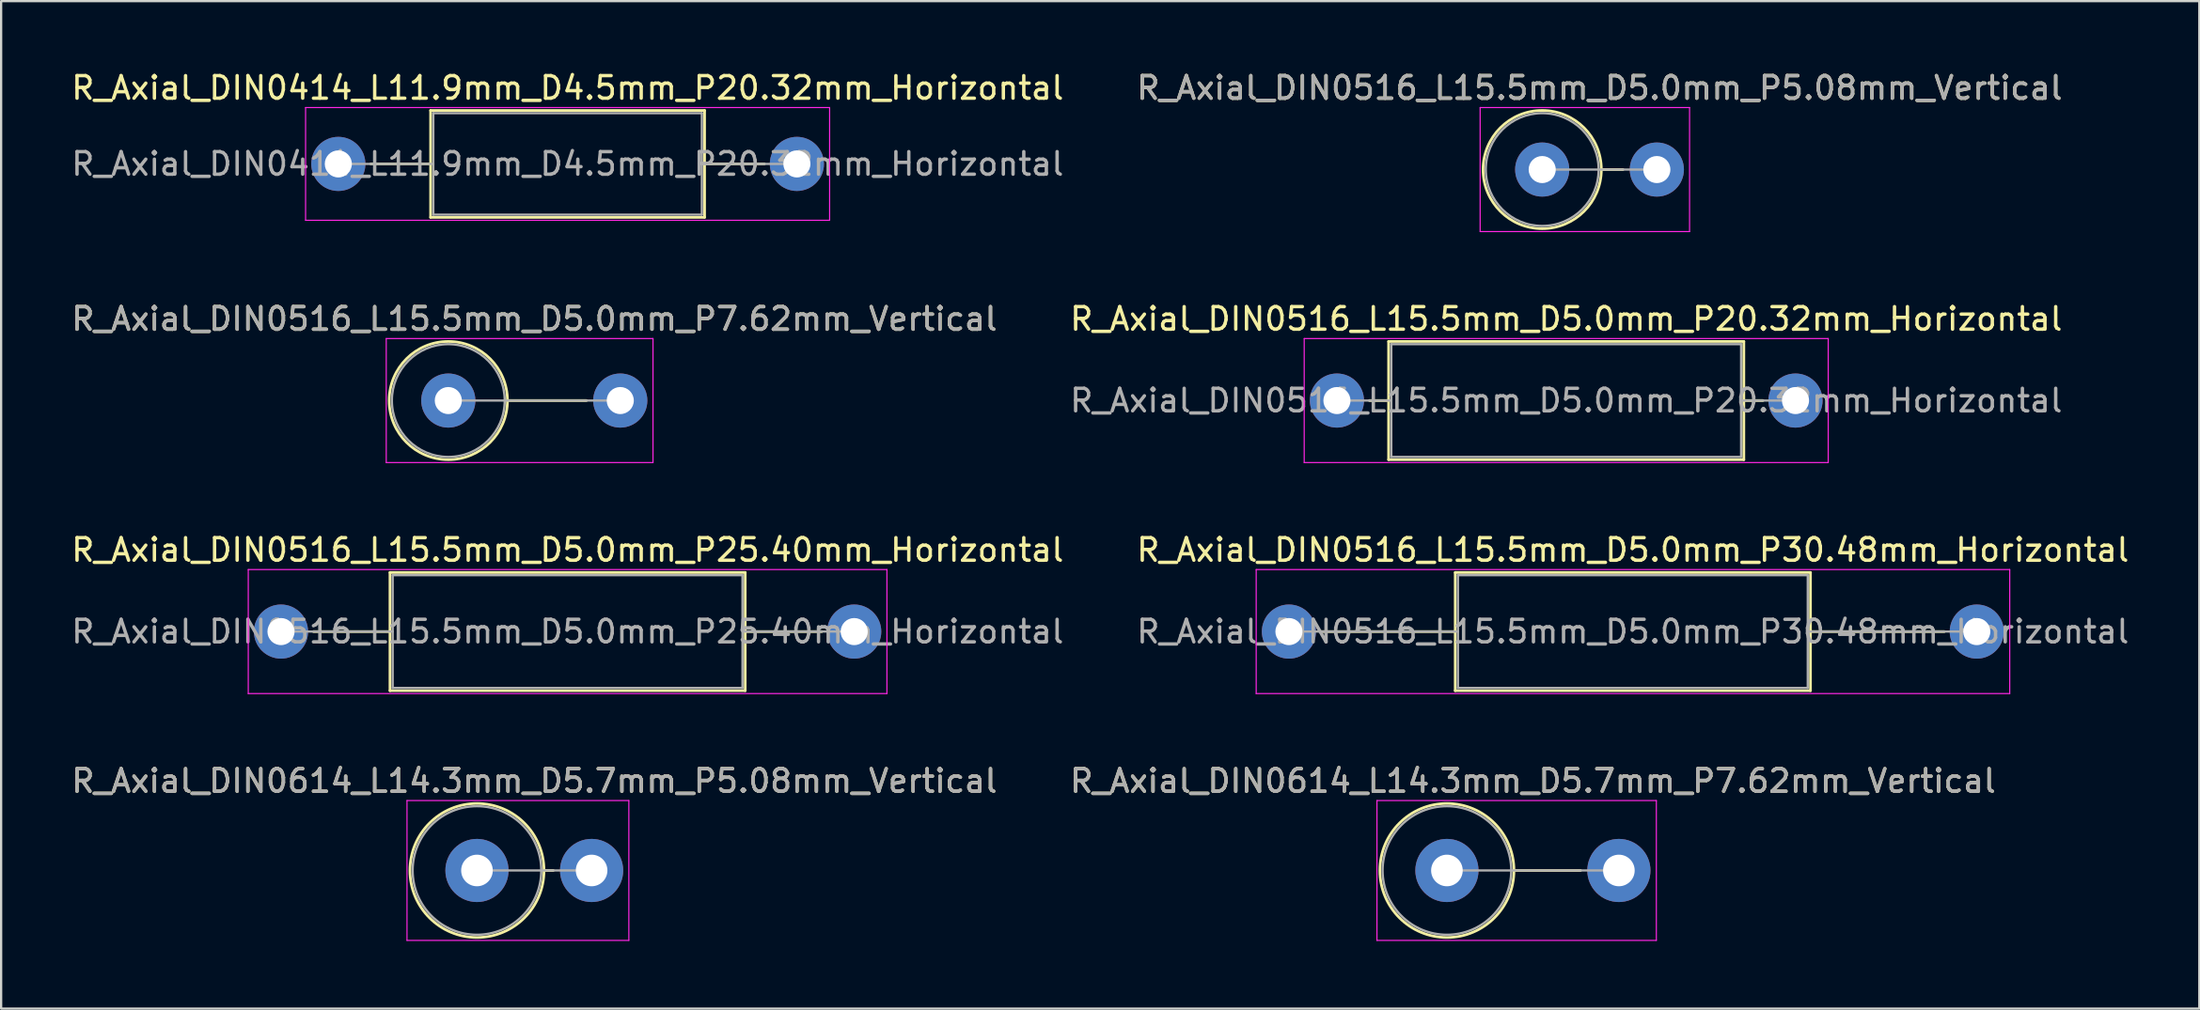
<source format=kicad_pcb>
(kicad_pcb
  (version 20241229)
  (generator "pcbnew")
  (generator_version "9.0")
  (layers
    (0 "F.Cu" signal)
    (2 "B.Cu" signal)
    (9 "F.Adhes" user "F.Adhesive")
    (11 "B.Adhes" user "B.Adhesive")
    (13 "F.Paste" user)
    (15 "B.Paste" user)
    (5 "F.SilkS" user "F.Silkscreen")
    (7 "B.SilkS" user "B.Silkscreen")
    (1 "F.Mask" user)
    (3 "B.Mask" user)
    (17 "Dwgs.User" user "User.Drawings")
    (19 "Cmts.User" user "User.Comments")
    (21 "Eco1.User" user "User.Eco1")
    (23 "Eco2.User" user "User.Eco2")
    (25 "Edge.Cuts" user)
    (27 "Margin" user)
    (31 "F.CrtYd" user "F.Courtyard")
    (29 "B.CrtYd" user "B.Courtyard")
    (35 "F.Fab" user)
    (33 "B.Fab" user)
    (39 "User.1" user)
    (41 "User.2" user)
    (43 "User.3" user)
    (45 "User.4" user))
  (footprint "R_Axial_DIN0516_L15.5mm_D5.0mm_P25.40mm_Horizontal"
    (layer "F.Cu")
    (at 9.401 24.955)
    (property "Reference" "R_Axial_DIN0516_L15.5mm_D5.0mm_P25.40mm_Horizontal" (at 12.7 -3.62 0) (layer "F.SilkS") (effects (font (size 1 1) (thickness 0.15))))
    (attr through_hole)
    (fp_line (start 1.44 0) (end 4.83 0) (stroke (width 0.12) (type solid)) (layer "F.SilkS"))
    (fp_line (start 4.83 -2.62) (end 4.83 2.62) (stroke (width 0.12) (type solid)) (layer "F.SilkS"))
    (fp_line (start 4.83 2.62) (end 20.57 2.62) (stroke (width 0.12) (type solid)) (layer "F.SilkS"))
    (fp_line (start 20.57 -2.62) (end 4.83 -2.62) (stroke (width 0.12) (type solid)) (layer "F.SilkS"))
    (fp_line (start 20.57 2.62) (end 20.57 -2.62) (stroke (width 0.12) (type solid)) (layer "F.SilkS"))
    (fp_line (start 23.96 0) (end 20.57 0) (stroke (width 0.12) (type solid)) (layer "F.SilkS"))
    (fp_line (start -1.45 -2.75) (end -1.45 2.75) (stroke (width 0.05) (type solid)) (layer "F.CrtYd"))
    (fp_line (start -1.45 2.75) (end 26.85 2.75) (stroke (width 0.05) (type solid)) (layer "F.CrtYd"))
    (fp_line (start 26.85 -2.75) (end -1.45 -2.75) (stroke (width 0.05) (type solid)) (layer "F.CrtYd"))
    (fp_line (start 26.85 2.75) (end 26.85 -2.75) (stroke (width 0.05) (type solid)) (layer "F.CrtYd"))
    (fp_line (start 0 0) (end 4.95 0) (stroke (width 0.1) (type solid)) (layer "F.Fab"))
    (fp_line (start 4.95 -2.5) (end 4.95 2.5) (stroke (width 0.1) (type solid)) (layer "F.Fab"))
    (fp_line (start 4.95 2.5) (end 20.45 2.5) (stroke (width 0.1) (type solid)) (layer "F.Fab"))
    (fp_line (start 20.45 -2.5) (end 4.95 -2.5) (stroke (width 0.1) (type solid)) (layer "F.Fab"))
    (fp_line (start 20.45 2.5) (end 20.45 -2.5) (stroke (width 0.1) (type solid)) (layer "F.Fab"))
    (fp_line (start 25.4 0) (end 20.45 0) (stroke (width 0.1) (type solid)) (layer "F.Fab"))
    (fp_text user "${REFERENCE}" (at 12.7 0 0) (layer "F.Fab") (effects (font (size 1 1) (thickness 0.15))))
    (pad "1" thru_hole circle (at 0 0) (size 2.4 2.4) (drill 1.2) (layers "*.Cu" "*.Mask"))
    (pad "2" thru_hole oval (at 25.4 0) (size 2.4 2.4) (drill 1.2) (layers "*.Cu" "*.Mask")))
  (footprint "R_Axial_DIN0516_L15.5mm_D5.0mm_P5.08mm_Vertical"
    (layer "F.Cu")
    (at 65.287 4.468)
    (property "Reference" "R_Axial_DIN0516_L15.5mm_D5.0mm_P5.08mm_Vertical" (at 2.54 -3.62 0) (layer "F.SilkS") (effects (font (size 1 1) (thickness 0.15))))
    (attr through_hole)
    (fp_line (start 2.62 0) (end 3.58 0) (stroke (width 0.12) (type solid)) (layer "F.SilkS"))
    (fp_circle (center 0 0) (end 2.62 0) (stroke (width 0.12) (type solid)) (fill no) (layer "F.SilkS"))
    (fp_line (start -2.75 -2.75) (end -2.75 2.75) (stroke (width 0.05) (type solid)) (layer "F.CrtYd"))
    (fp_line (start -2.75 2.75) (end 6.53 2.75) (stroke (width 0.05) (type solid)) (layer "F.CrtYd"))
    (fp_line (start 6.53 -2.75) (end -2.75 -2.75) (stroke (width 0.05) (type solid)) (layer "F.CrtYd"))
    (fp_line (start 6.53 2.75) (end 6.53 -2.75) (stroke (width 0.05) (type solid)) (layer "F.CrtYd"))
    (fp_line (start 0 0) (end 5.08 0) (stroke (width 0.1) (type solid)) (layer "F.Fab"))
    (fp_circle (center 0 0) (end 2.5 0) (stroke (width 0.1) (type solid)) (fill no) (layer "F.Fab"))
    (fp_text user "${REFERENCE}" (at 2.54 -3.62 0) (layer "F.Fab") (effects (font (size 1 1) (thickness 0.15))))
    (pad "1" thru_hole circle (at 0 0) (size 2.4 2.4) (drill 1.2) (layers "*.Cu" "*.Mask"))
    (pad "2" thru_hole oval (at 5.08 0) (size 2.4 2.4) (drill 1.2) (layers "*.Cu" "*.Mask")))
  (footprint "R_Axial_DIN0516_L15.5mm_D5.0mm_P7.62mm_Vertical"
    (layer "F.Cu")
    (at 16.815 14.711)
    (property "Reference" "R_Axial_DIN0516_L15.5mm_D5.0mm_P7.62mm_Vertical" (at 3.81 -3.62 0) (layer "F.SilkS") (effects (font (size 1 1) (thickness 0.15))))
    (attr through_hole)
    (fp_line (start 2.62 0) (end 6.12 0) (stroke (width 0.12) (type solid)) (layer "F.SilkS"))
    (fp_circle (center 0 0) (end 2.62 0) (stroke (width 0.12) (type solid)) (fill no) (layer "F.SilkS"))
    (fp_line (start -2.75 -2.75) (end -2.75 2.75) (stroke (width 0.05) (type solid)) (layer "F.CrtYd"))
    (fp_line (start -2.75 2.75) (end 9.07 2.75) (stroke (width 0.05) (type solid)) (layer "F.CrtYd"))
    (fp_line (start 9.07 -2.75) (end -2.75 -2.75) (stroke (width 0.05) (type solid)) (layer "F.CrtYd"))
    (fp_line (start 9.07 2.75) (end 9.07 -2.75) (stroke (width 0.05) (type solid)) (layer "F.CrtYd"))
    (fp_line (start 0 0) (end 7.62 0) (stroke (width 0.1) (type solid)) (layer "F.Fab"))
    (fp_circle (center 0 0) (end 2.5 0) (stroke (width 0.1) (type solid)) (fill no) (layer "F.Fab"))
    (fp_text user "${REFERENCE}" (at 3.81 -3.62 0) (layer "F.Fab") (effects (font (size 1 1) (thickness 0.15))))
    (pad "1" thru_hole circle (at 0 0) (size 2.4 2.4) (drill 1.2) (layers "*.Cu" "*.Mask"))
    (pad "2" thru_hole oval (at 7.62 0) (size 2.4 2.4) (drill 1.2) (layers "*.Cu" "*.Mask")))
  (footprint "R_Axial_DIN0614_L14.3mm_D5.7mm_P7.62mm_Vertical"
    (layer "F.Cu")
    (at 61.065 35.548)
    (property "Reference" "R_Axial_DIN0614_L14.3mm_D5.7mm_P7.62mm_Vertical" (at 3.81 -3.97 0) (layer "F.SilkS") (effects (font (size 1 1) (thickness 0.15))))
    (attr through_hole)
    (fp_line (start 2.97 0) (end 5.92 0) (stroke (width 0.12) (type solid)) (layer "F.SilkS"))
    (fp_circle (center 0 0) (end 2.97 0) (stroke (width 0.12) (type solid)) (fill no) (layer "F.SilkS"))
    (fp_line (start -3.1 -3.1) (end -3.1 3.1) (stroke (width 0.05) (type solid)) (layer "F.CrtYd"))
    (fp_line (start -3.1 3.1) (end 9.28 3.1) (stroke (width 0.05) (type solid)) (layer "F.CrtYd"))
    (fp_line (start 9.28 -3.1) (end -3.1 -3.1) (stroke (width 0.05) (type solid)) (layer "F.CrtYd"))
    (fp_line (start 9.28 3.1) (end 9.28 -3.1) (stroke (width 0.05) (type solid)) (layer "F.CrtYd"))
    (fp_line (start 0 0) (end 7.62 0) (stroke (width 0.1) (type solid)) (layer "F.Fab"))
    (fp_circle (center 0 0) (end 2.85 0) (stroke (width 0.1) (type solid)) (fill no) (layer "F.Fab"))
    (fp_text user "${REFERENCE}" (at 3.81 -3.97 0) (layer "F.Fab") (effects (font (size 1 1) (thickness 0.15))))
    (pad "1" thru_hole circle (at 0 0) (size 2.8 2.8) (drill 1.4) (layers "*.Cu" "*.Mask"))
    (pad "2" thru_hole oval (at 7.62 0) (size 2.8 2.8) (drill 1.4) (layers "*.Cu" "*.Mask")))
  (footprint "R_Axial_DIN0516_L15.5mm_D5.0mm_P20.32mm_Horizontal"
    (layer "F.Cu")
    (at 56.191 14.711)
    (property "Reference" "R_Axial_DIN0516_L15.5mm_D5.0mm_P20.32mm_Horizontal" (at 10.16 -3.62 0) (layer "F.SilkS") (effects (font (size 1 1) (thickness 0.15))))
    (attr through_hole)
    (fp_line (start 1.44 0) (end 2.29 0) (stroke (width 0.12) (type solid)) (layer "F.SilkS"))
    (fp_line (start 2.29 -2.62) (end 2.29 2.62) (stroke (width 0.12) (type solid)) (layer "F.SilkS"))
    (fp_line (start 2.29 2.62) (end 18.03 2.62) (stroke (width 0.12) (type solid)) (layer "F.SilkS"))
    (fp_line (start 18.03 -2.62) (end 2.29 -2.62) (stroke (width 0.12) (type solid)) (layer "F.SilkS"))
    (fp_line (start 18.03 2.62) (end 18.03 -2.62) (stroke (width 0.12) (type solid)) (layer "F.SilkS"))
    (fp_line (start 18.88 0) (end 18.03 0) (stroke (width 0.12) (type solid)) (layer "F.SilkS"))
    (fp_line (start -1.45 -2.75) (end -1.45 2.75) (stroke (width 0.05) (type solid)) (layer "F.CrtYd"))
    (fp_line (start -1.45 2.75) (end 21.77 2.75) (stroke (width 0.05) (type solid)) (layer "F.CrtYd"))
    (fp_line (start 21.77 -2.75) (end -1.45 -2.75) (stroke (width 0.05) (type solid)) (layer "F.CrtYd"))
    (fp_line (start 21.77 2.75) (end 21.77 -2.75) (stroke (width 0.05) (type solid)) (layer "F.CrtYd"))
    (fp_line (start 0 0) (end 2.41 0) (stroke (width 0.1) (type solid)) (layer "F.Fab"))
    (fp_line (start 2.41 -2.5) (end 2.41 2.5) (stroke (width 0.1) (type solid)) (layer "F.Fab"))
    (fp_line (start 2.41 2.5) (end 17.91 2.5) (stroke (width 0.1) (type solid)) (layer "F.Fab"))
    (fp_line (start 17.91 -2.5) (end 2.41 -2.5) (stroke (width 0.1) (type solid)) (layer "F.Fab"))
    (fp_line (start 17.91 2.5) (end 17.91 -2.5) (stroke (width 0.1) (type solid)) (layer "F.Fab"))
    (fp_line (start 20.32 0) (end 17.91 0) (stroke (width 0.1) (type solid)) (layer "F.Fab"))
    (fp_text user "${REFERENCE}" (at 10.16 0 0) (layer "F.Fab") (effects (font (size 1 1) (thickness 0.15))))
    (pad "1" thru_hole circle (at 0 0) (size 2.4 2.4) (drill 1.2) (layers "*.Cu" "*.Mask"))
    (pad "2" thru_hole oval (at 20.32 0) (size 2.4 2.4) (drill 1.2) (layers "*.Cu" "*.Mask")))
  (footprint "R_Axial_DIN0516_L15.5mm_D5.0mm_P30.48mm_Horizontal"
    (layer "F.Cu")
    (at 54.064 24.955)
    (property "Reference" "R_Axial_DIN0516_L15.5mm_D5.0mm_P30.48mm_Horizontal" (at 15.24 -3.62 0) (layer "F.SilkS") (effects (font (size 1 1) (thickness 0.15))))
    (attr through_hole)
    (fp_line (start 1.44 0) (end 7.37 0) (stroke (width 0.12) (type solid)) (layer "F.SilkS"))
    (fp_line (start 7.37 -2.62) (end 7.37 2.62) (stroke (width 0.12) (type solid)) (layer "F.SilkS"))
    (fp_line (start 7.37 2.62) (end 23.11 2.62) (stroke (width 0.12) (type solid)) (layer "F.SilkS"))
    (fp_line (start 23.11 -2.62) (end 7.37 -2.62) (stroke (width 0.12) (type solid)) (layer "F.SilkS"))
    (fp_line (start 23.11 2.62) (end 23.11 -2.62) (stroke (width 0.12) (type solid)) (layer "F.SilkS"))
    (fp_line (start 29.04 0) (end 23.11 0) (stroke (width 0.12) (type solid)) (layer "F.SilkS"))
    (fp_line (start -1.45 -2.75) (end -1.45 2.75) (stroke (width 0.05) (type solid)) (layer "F.CrtYd"))
    (fp_line (start -1.45 2.75) (end 31.94 2.75) (stroke (width 0.05) (type solid)) (layer "F.CrtYd"))
    (fp_line (start 31.94 -2.75) (end -1.45 -2.75) (stroke (width 0.05) (type solid)) (layer "F.CrtYd"))
    (fp_line (start 31.94 2.75) (end 31.94 -2.75) (stroke (width 0.05) (type solid)) (layer "F.CrtYd"))
    (fp_line (start 0 0) (end 7.49 0) (stroke (width 0.1) (type solid)) (layer "F.Fab"))
    (fp_line (start 7.49 -2.5) (end 7.49 2.5) (stroke (width 0.1) (type solid)) (layer "F.Fab"))
    (fp_line (start 7.49 2.5) (end 22.99 2.5) (stroke (width 0.1) (type solid)) (layer "F.Fab"))
    (fp_line (start 22.99 -2.5) (end 7.49 -2.5) (stroke (width 0.1) (type solid)) (layer "F.Fab"))
    (fp_line (start 22.99 2.5) (end 22.99 -2.5) (stroke (width 0.1) (type solid)) (layer "F.Fab"))
    (fp_line (start 30.48 0) (end 22.99 0) (stroke (width 0.1) (type solid)) (layer "F.Fab"))
    (fp_text user "${REFERENCE}" (at 15.24 0 0) (layer "F.Fab") (effects (font (size 1 1) (thickness 0.15))))
    (pad "1" thru_hole circle (at 0 0) (size 2.4 2.4) (drill 1.2) (layers "*.Cu" "*.Mask"))
    (pad "2" thru_hole oval (at 30.48 0) (size 2.4 2.4) (drill 1.2) (layers "*.Cu" "*.Mask")))
  (footprint "R_Axial_DIN0414_L11.9mm_D4.5mm_P20.32mm_Horizontal"
    (layer "F.Cu")
    (at 11.941 4.218)
    (property "Reference" "R_Axial_DIN0414_L11.9mm_D4.5mm_P20.32mm_Horizontal" (at 10.16 -3.37 0) (layer "F.SilkS") (effects (font (size 1 1) (thickness 0.15))))
    (attr through_hole)
    (fp_line (start 1.44 0) (end 4.09 0) (stroke (width 0.12) (type solid)) (layer "F.SilkS"))
    (fp_line (start 4.09 -2.37) (end 4.09 2.37) (stroke (width 0.12) (type solid)) (layer "F.SilkS"))
    (fp_line (start 4.09 2.37) (end 16.23 2.37) (stroke (width 0.12) (type solid)) (layer "F.SilkS"))
    (fp_line (start 16.23 -2.37) (end 4.09 -2.37) (stroke (width 0.12) (type solid)) (layer "F.SilkS"))
    (fp_line (start 16.23 2.37) (end 16.23 -2.37) (stroke (width 0.12) (type solid)) (layer "F.SilkS"))
    (fp_line (start 18.88 0) (end 16.23 0) (stroke (width 0.12) (type solid)) (layer "F.SilkS"))
    (fp_line (start -1.45 -2.5) (end -1.45 2.5) (stroke (width 0.05) (type solid)) (layer "F.CrtYd"))
    (fp_line (start -1.45 2.5) (end 21.77 2.5) (stroke (width 0.05) (type solid)) (layer "F.CrtYd"))
    (fp_line (start 21.77 -2.5) (end -1.45 -2.5) (stroke (width 0.05) (type solid)) (layer "F.CrtYd"))
    (fp_line (start 21.77 2.5) (end 21.77 -2.5) (stroke (width 0.05) (type solid)) (layer "F.CrtYd"))
    (fp_line (start 0 0) (end 4.21 0) (stroke (width 0.1) (type solid)) (layer "F.Fab"))
    (fp_line (start 4.21 -2.25) (end 4.21 2.25) (stroke (width 0.1) (type solid)) (layer "F.Fab"))
    (fp_line (start 4.21 2.25) (end 16.11 2.25) (stroke (width 0.1) (type solid)) (layer "F.Fab"))
    (fp_line (start 16.11 -2.25) (end 4.21 -2.25) (stroke (width 0.1) (type solid)) (layer "F.Fab"))
    (fp_line (start 16.11 2.25) (end 16.11 -2.25) (stroke (width 0.1) (type solid)) (layer "F.Fab"))
    (fp_line (start 20.32 0) (end 16.11 0) (stroke (width 0.1) (type solid)) (layer "F.Fab"))
    (fp_text user "${REFERENCE}" (at 10.16 0 0) (layer "F.Fab") (effects (font (size 1 1) (thickness 0.15))))
    (pad "1" thru_hole circle (at 0 0) (size 2.4 2.4) (drill 1.2) (layers "*.Cu" "*.Mask"))
    (pad "2" thru_hole oval (at 20.32 0) (size 2.4 2.4) (drill 1.2) (layers "*.Cu" "*.Mask")))
  (footprint "R_Axial_DIN0614_L14.3mm_D5.7mm_P5.08mm_Vertical"
    (layer "F.Cu")
    (at 18.085 35.548)
    (property "Reference" "R_Axial_DIN0614_L14.3mm_D5.7mm_P5.08mm_Vertical" (at 2.54 -3.97 0) (layer "F.SilkS") (effects (font (size 1 1) (thickness 0.15))))
    (attr through_hole)
    (fp_line (start 2.97 0) (end 3.38 0) (stroke (width 0.12) (type solid)) (layer "F.SilkS"))
    (fp_circle (center 0 0) (end 2.97 0) (stroke (width 0.12) (type solid)) (fill no) (layer "F.SilkS"))
    (fp_line (start -3.1 -3.1) (end -3.1 3.1) (stroke (width 0.05) (type solid)) (layer "F.CrtYd"))
    (fp_line (start -3.1 3.1) (end 6.73 3.1) (stroke (width 0.05) (type solid)) (layer "F.CrtYd"))
    (fp_line (start 6.73 -3.1) (end -3.1 -3.1) (stroke (width 0.05) (type solid)) (layer "F.CrtYd"))
    (fp_line (start 6.73 3.1) (end 6.73 -3.1) (stroke (width 0.05) (type solid)) (layer "F.CrtYd"))
    (fp_line (start 0 0) (end 5.08 0) (stroke (width 0.1) (type solid)) (layer "F.Fab"))
    (fp_circle (center 0 0) (end 2.85 0) (stroke (width 0.1) (type solid)) (fill no) (layer "F.Fab"))
    (fp_text user "${REFERENCE}" (at 2.54 -3.97 0) (layer "F.Fab") (effects (font (size 1 1) (thickness 0.15))))
    (pad "1" thru_hole circle (at 0 0) (size 2.8 2.8) (drill 1.4) (layers "*.Cu" "*.Mask"))
    (pad "2" thru_hole oval (at 5.08 0) (size 2.8 2.8) (drill 1.4) (layers "*.Cu" "*.Mask")))
  (gr_rect
    (start -3 -3)
    (end 94.405 41.673)
    (stroke (width 0.1) (type default))
    (fill no)
    (layer "Edge.Cuts")))
</source>
